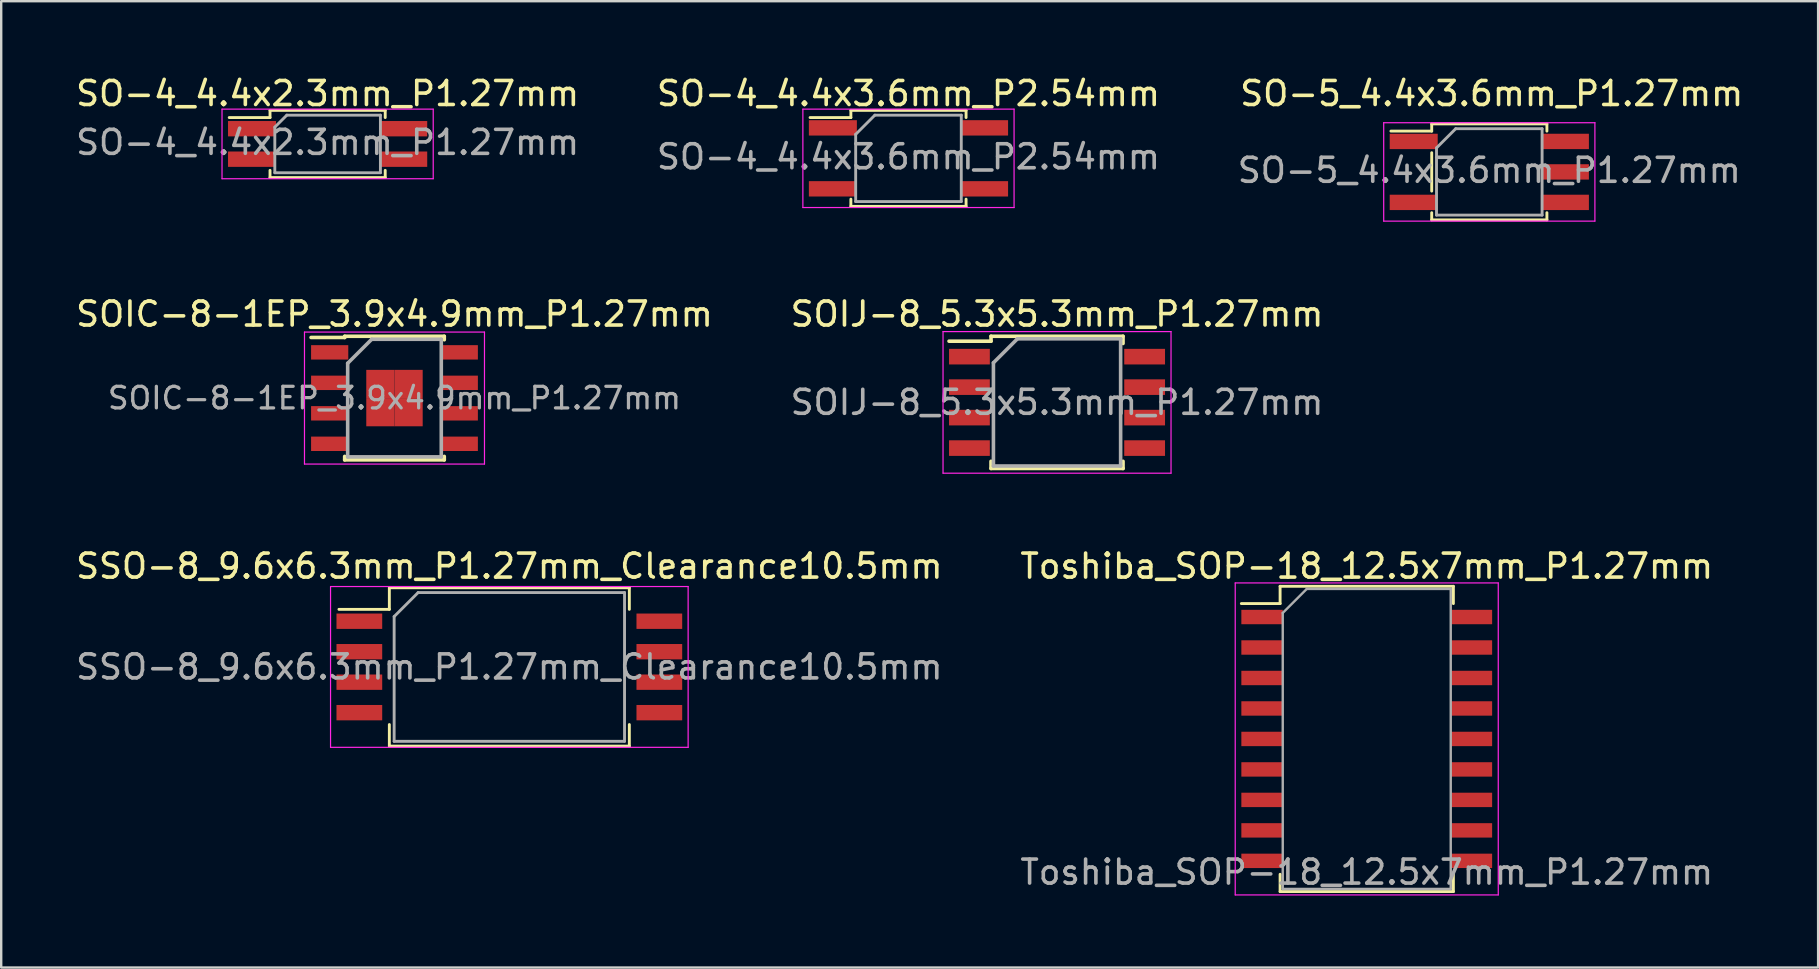
<source format=kicad_pcb>
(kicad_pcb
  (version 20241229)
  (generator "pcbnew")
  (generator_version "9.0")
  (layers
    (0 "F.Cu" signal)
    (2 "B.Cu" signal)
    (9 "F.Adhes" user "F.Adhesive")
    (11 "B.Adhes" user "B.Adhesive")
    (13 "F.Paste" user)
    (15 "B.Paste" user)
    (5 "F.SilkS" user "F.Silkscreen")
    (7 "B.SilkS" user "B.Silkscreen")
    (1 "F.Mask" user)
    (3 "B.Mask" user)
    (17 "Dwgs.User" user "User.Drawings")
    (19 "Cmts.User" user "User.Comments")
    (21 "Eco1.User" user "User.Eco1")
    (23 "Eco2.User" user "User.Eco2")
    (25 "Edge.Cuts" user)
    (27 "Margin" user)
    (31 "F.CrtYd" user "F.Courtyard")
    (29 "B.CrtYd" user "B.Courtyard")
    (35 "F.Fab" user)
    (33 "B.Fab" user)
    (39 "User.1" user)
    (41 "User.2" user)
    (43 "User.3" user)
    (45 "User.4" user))
  (footprint "Toshiba_SOP-18_12.5x7mm_P1.27mm"
    (layer "F.Cu")
    (at 53.899 27.74)
    (property "Reference" "Toshiba_SOP-18_12.5x7mm_P1.27mm" (at 0 -7.2 0) (layer "F.SilkS") (effects (font (size 1 1) (thickness 0.15))))
    (attr smd)
    (fp_line (start -5.225 -5.64) (end -3.61 -5.64) (stroke (width 0.12) (type solid)) (layer "F.SilkS"))
    (fp_line (start -3.61 -6.36) (end 3.61 -6.36) (stroke (width 0.12) (type solid)) (layer "F.SilkS"))
    (fp_line (start -3.61 -5.64) (end -3.61 -6.36) (stroke (width 0.12) (type solid)) (layer "F.SilkS"))
    (fp_line (start -3.61 5.64) (end -3.61 6.36) (stroke (width 0.12) (type solid)) (layer "F.SilkS"))
    (fp_line (start -3.61 6.36) (end 3.61 6.36) (stroke (width 0.12) (type solid)) (layer "F.SilkS"))
    (fp_line (start 3.61 -6.36) (end 3.61 -5.64) (stroke (width 0.12) (type solid)) (layer "F.SilkS"))
    (fp_line (start 3.61 6.36) (end 3.61 5.64) (stroke (width 0.12) (type solid)) (layer "F.SilkS"))
    (fp_line (start -5.48 -6.5) (end 5.48 -6.5) (stroke (width 0.05) (type solid)) (layer "F.CrtYd"))
    (fp_line (start -5.48 6.5) (end -5.48 -6.5) (stroke (width 0.05) (type solid)) (layer "F.CrtYd"))
    (fp_line (start 5.48 -6.5) (end 5.48 6.5) (stroke (width 0.05) (type solid)) (layer "F.CrtYd"))
    (fp_line (start 5.48 6.5) (end -5.48 6.5) (stroke (width 0.05) (type solid)) (layer "F.CrtYd"))
    (fp_line (start -3.5 -5.25) (end -2.5 -6.25) (stroke (width 0.1) (type solid)) (layer "F.Fab"))
    (fp_line (start -3.5 6.25) (end -3.5 -5.25) (stroke (width 0.1) (type solid)) (layer "F.Fab"))
    (fp_line (start -2.5 -6.25) (end 3.5 -6.25) (stroke (width 0.1) (type solid)) (layer "F.Fab"))
    (fp_line (start 3.5 -6.25) (end 3.5 6.25) (stroke (width 0.1) (type solid)) (layer "F.Fab"))
    (fp_line (start 3.5 6.25) (end -3.5 6.25) (stroke (width 0.1) (type solid)) (layer "F.Fab"))
    (fp_text user "${REFERENCE}" (at 0 5.55 0) (layer "F.Fab") (effects (font (size 1 1) (thickness 0.15))))
    (pad "1" smd rect (at -4.362 -5.08) (size 1.725 0.6) (layers "F.Cu" "F.Mask" "F.Paste"))
    (pad "2" smd rect (at -4.362 -3.81) (size 1.725 0.6) (layers "F.Cu" "F.Mask" "F.Paste"))
    (pad "3" smd rect (at -4.362 -2.54) (size 1.725 0.6) (layers "F.Cu" "F.Mask" "F.Paste"))
    (pad "4" smd rect (at -4.362 -1.27) (size 1.725 0.6) (layers "F.Cu" "F.Mask" "F.Paste"))
    (pad "5" smd rect (at -4.362 0) (size 1.725 0.6) (layers "F.Cu" "F.Mask" "F.Paste"))
    (pad "6" smd rect (at -4.362 1.27) (size 1.725 0.6) (layers "F.Cu" "F.Mask" "F.Paste"))
    (pad "7" smd rect (at -4.362 2.54) (size 1.725 0.6) (layers "F.Cu" "F.Mask" "F.Paste"))
    (pad "8" smd rect (at -4.362 3.81) (size 1.725 0.6) (layers "F.Cu" "F.Mask" "F.Paste"))
    (pad "9" smd rect (at -4.362 5.08) (size 1.725 0.6) (layers "F.Cu" "F.Mask" "F.Paste"))
    (pad "10" smd rect (at 4.362 5.08) (size 1.725 0.6) (layers "F.Cu" "F.Mask" "F.Paste"))
    (pad "11" smd rect (at 4.362 3.81) (size 1.725 0.6) (layers "F.Cu" "F.Mask" "F.Paste"))
    (pad "12" smd rect (at 4.362 2.54) (size 1.725 0.6) (layers "F.Cu" "F.Mask" "F.Paste"))
    (pad "13" smd rect (at 4.362 1.27) (size 1.725 0.6) (layers "F.Cu" "F.Mask" "F.Paste"))
    (pad "14" smd rect (at 4.362 0) (size 1.725 0.6) (layers "F.Cu" "F.Mask" "F.Paste"))
    (pad "15" smd rect (at 4.362 -1.27) (size 1.725 0.6) (layers "F.Cu" "F.Mask" "F.Paste"))
    (pad "16" smd rect (at 4.362 -2.54) (size 1.725 0.6) (layers "F.Cu" "F.Mask" "F.Paste"))
    (pad "17" smd rect (at 4.362 -3.81) (size 1.725 0.6) (layers "F.Cu" "F.Mask" "F.Paste"))
    (pad "18" smd rect (at 4.362 -5.08) (size 1.725 0.6) (layers "F.Cu" "F.Mask" "F.Paste")))
  (footprint "SO-5_4.4x3.6mm_P1.27mm"
    (layer "F.Cu")
    (at 59.006 4.113)
    (property "Reference" "SO-5_4.4x3.6mm_P1.27mm" (at 0.1 -3.265 0) (layer "F.SilkS") (effects (font (size 1 1) (thickness 0.15))))
    (attr smd)
    (fp_line (start -2.4 -2) (end 2.4 -2) (stroke (width 0.12) (type solid)) (layer "F.SilkS"))
    (fp_line (start -2.4 -1.7) (end -4.1 -1.7) (stroke (width 0.12) (type solid)) (layer "F.SilkS"))
    (fp_line (start -2.4 -1.7) (end -2.4 -2) (stroke (width 0.12) (type solid)) (layer "F.SilkS"))
    (fp_line (start -2.4 0.8) (end -2.4 -0.8) (stroke (width 0.12) (type solid)) (layer "F.SilkS"))
    (fp_line (start -2.4 2) (end -2.4 1.7) (stroke (width 0.12) (type solid)) (layer "F.SilkS"))
    (fp_line (start 2.4 -2) (end 2.4 -1.7) (stroke (width 0.12) (type solid)) (layer "F.SilkS"))
    (fp_line (start 2.4 1.7) (end 2.4 2) (stroke (width 0.12) (type solid)) (layer "F.SilkS"))
    (fp_line (start 2.4 2) (end -2.4 2) (stroke (width 0.12) (type solid)) (layer "F.SilkS"))
    (fp_line (start -4.4 -2.05) (end -4.4 2.05) (stroke (width 0.05) (type solid)) (layer "F.CrtYd"))
    (fp_line (start -4.4 -2.05) (end 4.4 -2.05) (stroke (width 0.05) (type solid)) (layer "F.CrtYd"))
    (fp_line (start 4.4 2.05) (end -4.4 2.05) (stroke (width 0.05) (type solid)) (layer "F.CrtYd"))
    (fp_line (start 4.4 2.05) (end 4.4 -2.05) (stroke (width 0.05) (type solid)) (layer "F.CrtYd"))
    (fp_line (start -2.2 -1) (end -1.4 -1.8) (stroke (width 0.12) (type solid)) (layer "F.Fab"))
    (fp_line (start -2.2 1.8) (end -2.2 -1) (stroke (width 0.12) (type solid)) (layer "F.Fab"))
    (fp_line (start -1.4 -1.8) (end 2.2 -1.8) (stroke (width 0.12) (type solid)) (layer "F.Fab"))
    (fp_line (start 2.2 -1.8) (end 2.2 1.8) (stroke (width 0.12) (type solid)) (layer "F.Fab"))
    (fp_line (start 2.2 1.8) (end -2.2 1.8) (stroke (width 0.12) (type solid)) (layer "F.Fab"))
    (fp_text user "${REFERENCE}" (at 0 -0.065 0) (layer "F.Fab") (effects (font (size 1 1) (thickness 0.15))))
    (pad "1" smd rect (at -3.15 -1.27) (size 2 0.64) (layers "F.Cu" "F.Mask" "F.Paste"))
    (pad "3" smd rect (at -3.15 1.27) (size 2 0.64) (layers "F.Cu" "F.Mask" "F.Paste"))
    (pad "4" smd rect (at 3.15 1.27) (size 2 0.64) (layers "F.Cu" "F.Mask" "F.Paste"))
    (pad "5" smd rect (at 3.15 0) (size 2 0.64) (layers "F.Cu" "F.Mask" "F.Paste"))
    (pad "6" smd rect (at 3.15 -1.27) (size 2 0.64) (layers "F.Cu" "F.Mask" "F.Paste")))
  (footprint "SO-4_4.4x3.6mm_P2.54mm"
    (layer "F.Cu")
    (at 34.804 3.548)
    (property "Reference" "SO-4_4.4x3.6mm_P2.54mm" (at 0 -2.7 0) (layer "F.SilkS") (effects (font (size 1 1) (thickness 0.15))))
    (attr smd)
    (fp_line (start -2.4 -2) (end 2.4 -2) (stroke (width 0.12) (type solid)) (layer "F.SilkS"))
    (fp_line (start -2.4 -1.7) (end -4.1 -1.7) (stroke (width 0.12) (type solid)) (layer "F.SilkS"))
    (fp_line (start -2.4 -1.7) (end -2.4 -2) (stroke (width 0.12) (type solid)) (layer "F.SilkS"))
    (fp_line (start -2.4 2) (end -2.4 1.7) (stroke (width 0.12) (type solid)) (layer "F.SilkS"))
    (fp_line (start 2.4 -2) (end 2.4 -1.7) (stroke (width 0.12) (type solid)) (layer "F.SilkS"))
    (fp_line (start 2.4 1.7) (end 2.4 2) (stroke (width 0.12) (type solid)) (layer "F.SilkS"))
    (fp_line (start 2.4 2) (end -2.4 2) (stroke (width 0.12) (type solid)) (layer "F.SilkS"))
    (fp_line (start -4.4 -2.05) (end -4.4 2.05) (stroke (width 0.05) (type solid)) (layer "F.CrtYd"))
    (fp_line (start -4.4 -2.05) (end 4.4 -2.05) (stroke (width 0.05) (type solid)) (layer "F.CrtYd"))
    (fp_line (start 4.4 2.05) (end -4.4 2.05) (stroke (width 0.05) (type solid)) (layer "F.CrtYd"))
    (fp_line (start 4.4 2.05) (end 4.4 -2.05) (stroke (width 0.05) (type solid)) (layer "F.CrtYd"))
    (fp_line (start -2.2 -1) (end -1.4 -1.8) (stroke (width 0.12) (type solid)) (layer "F.Fab"))
    (fp_line (start -2.2 1.8) (end -2.2 -1) (stroke (width 0.12) (type solid)) (layer "F.Fab"))
    (fp_line (start -1.4 -1.8) (end 2.2 -1.8) (stroke (width 0.12) (type solid)) (layer "F.Fab"))
    (fp_line (start 2.2 -1.8) (end 2.2 1.8) (stroke (width 0.12) (type solid)) (layer "F.Fab"))
    (fp_line (start 2.2 1.8) (end -2.2 1.8) (stroke (width 0.12) (type solid)) (layer "F.Fab"))
    (fp_text user "${REFERENCE}" (at 0 -0.065 0) (layer "F.Fab") (effects (font (size 1 1) (thickness 0.15))))
    (pad "1" smd rect (at -3.15 -1.27) (size 2 0.64) (layers "F.Cu" "F.Mask" "F.Paste"))
    (pad "2" smd rect (at -3.15 1.27) (size 2 0.64) (layers "F.Cu" "F.Mask" "F.Paste"))
    (pad "3" smd rect (at 3.15 1.27) (size 2 0.64) (layers "F.Cu" "F.Mask" "F.Paste"))
    (pad "4" smd rect (at 3.15 -1.27) (size 2 0.64) (layers "F.Cu" "F.Mask" "F.Paste")))
  (footprint "SSO-8_9.6x6.3mm_P1.27mm_Clearance10.5mm"
    (layer "F.Cu")
    (at 18.173 24.74)
    (property "Reference" "SSO-8_9.6x6.3mm_P1.27mm_Clearance10.5mm" (at 0 -4.2 0) (layer "F.SilkS") (effects (font (size 1 1) (thickness 0.15))))
    (attr smd)
    (fp_line (start -7.1 -2.4) (end -5 -2.4) (stroke (width 0.12) (type solid)) (layer "F.SilkS"))
    (fp_line (start -5 -3.3) (end 5 -3.3) (stroke (width 0.12) (type solid)) (layer "F.SilkS"))
    (fp_line (start -5 -2.4) (end -5 -3.3) (stroke (width 0.12) (type solid)) (layer "F.SilkS"))
    (fp_line (start -5 3.3) (end -5 2.4) (stroke (width 0.12) (type solid)) (layer "F.SilkS"))
    (fp_line (start 5 -3.3) (end 5 -2.4) (stroke (width 0.12) (type solid)) (layer "F.SilkS"))
    (fp_line (start 5 2.4) (end 5 3.3) (stroke (width 0.12) (type solid)) (layer "F.SilkS"))
    (fp_line (start 5 3.3) (end -5 3.3) (stroke (width 0.12) (type solid)) (layer "F.SilkS"))
    (fp_line (start -7.45 -3.35) (end -7.45 3.35) (stroke (width 0.05) (type solid)) (layer "F.CrtYd"))
    (fp_line (start -7.45 -3.35) (end 7.45 -3.35) (stroke (width 0.05) (type solid)) (layer "F.CrtYd"))
    (fp_line (start 7.45 3.35) (end -7.45 3.35) (stroke (width 0.05) (type solid)) (layer "F.CrtYd"))
    (fp_line (start 7.45 3.35) (end 7.45 -3.35) (stroke (width 0.05) (type solid)) (layer "F.CrtYd"))
    (fp_line (start -4.8 -2.1) (end -4.8 3.1) (stroke (width 0.12) (type solid)) (layer "F.Fab"))
    (fp_line (start -4.8 3.1) (end 4.8 3.1) (stroke (width 0.12) (type solid)) (layer "F.Fab"))
    (fp_line (start -3.8 -3.1) (end -4.8 -2.1) (stroke (width 0.12) (type solid)) (layer "F.Fab"))
    (fp_line (start 4.8 -3.1) (end -3.8 -3.1) (stroke (width 0.12) (type solid)) (layer "F.Fab"))
    (fp_line (start 4.8 3.1) (end 4.8 -3.1) (stroke (width 0.12) (type solid)) (layer "F.Fab"))
    (fp_text user "${REFERENCE}" (at 0 0 0) (layer "F.Fab") (effects (font (size 1 1) (thickness 0.15))))
    (pad "1" smd rect (at -6.25 -1.905) (size 1.905 0.64) (layers "F.Cu" "F.Mask" "F.Paste"))
    (pad "2" smd rect (at -6.25 -0.635) (size 1.905 0.64) (layers "F.Cu" "F.Mask" "F.Paste"))
    (pad "3" smd rect (at -6.25 0.635) (size 1.905 0.64) (layers "F.Cu" "F.Mask" "F.Paste"))
    (pad "4" smd rect (at -6.25 1.905) (size 1.905 0.64) (layers "F.Cu" "F.Mask" "F.Paste"))
    (pad "5" smd rect (at 6.25 1.905) (size 1.905 0.64) (layers "F.Cu" "F.Mask" "F.Paste"))
    (pad "6" smd rect (at 6.25 0.635) (size 1.905 0.64) (layers "F.Cu" "F.Mask" "F.Paste"))
    (pad "7" smd rect (at 6.25 -0.635) (size 1.905 0.64) (layers "F.Cu" "F.Mask" "F.Paste"))
    (pad "8" smd rect (at 6.25 -1.905) (size 1.905 0.64) (layers "F.Cu" "F.Mask" "F.Paste")))
  (footprint "SOIJ-8_5.3x5.3mm_P1.27mm"
    (layer "F.Cu")
    (at 40.994 13.716)
    (property "Reference" "SOIJ-8_5.3x5.3mm_P1.27mm" (at 0 -3.68 0) (layer "F.SilkS") (effects (font (size 1 1) (thickness 0.15))))
    (attr smd)
    (fp_line (start -2.75 -2.755) (end -2.75 -2.55) (stroke (width 0.15) (type solid)) (layer "F.SilkS"))
    (fp_line (start -2.75 -2.755) (end 2.75 -2.755) (stroke (width 0.15) (type solid)) (layer "F.SilkS"))
    (fp_line (start -2.75 -2.55) (end -4.5 -2.55) (stroke (width 0.15) (type solid)) (layer "F.SilkS"))
    (fp_line (start -2.75 2.755) (end -2.75 2.455) (stroke (width 0.15) (type solid)) (layer "F.SilkS"))
    (fp_line (start -2.75 2.755) (end 2.75 2.755) (stroke (width 0.15) (type solid)) (layer "F.SilkS"))
    (fp_line (start 2.75 -2.755) (end 2.75 -2.455) (stroke (width 0.15) (type solid)) (layer "F.SilkS"))
    (fp_line (start 2.75 2.755) (end 2.75 2.455) (stroke (width 0.15) (type solid)) (layer "F.SilkS"))
    (fp_line (start -4.75 -2.95) (end -4.75 2.95) (stroke (width 0.05) (type solid)) (layer "F.CrtYd"))
    (fp_line (start -4.75 -2.95) (end 4.75 -2.95) (stroke (width 0.05) (type solid)) (layer "F.CrtYd"))
    (fp_line (start -4.75 2.95) (end 4.75 2.95) (stroke (width 0.05) (type solid)) (layer "F.CrtYd"))
    (fp_line (start 4.75 -2.95) (end 4.75 2.95) (stroke (width 0.05) (type solid)) (layer "F.CrtYd"))
    (fp_line (start -2.65 -1.65) (end -1.65 -2.65) (stroke (width 0.15) (type solid)) (layer "F.Fab"))
    (fp_line (start -2.65 2.65) (end -2.65 -1.65) (stroke (width 0.15) (type solid)) (layer "F.Fab"))
    (fp_line (start -1.65 -2.65) (end 2.65 -2.65) (stroke (width 0.15) (type solid)) (layer "F.Fab"))
    (fp_line (start 2.65 -2.65) (end 2.65 2.65) (stroke (width 0.15) (type solid)) (layer "F.Fab"))
    (fp_line (start 2.65 2.65) (end -2.65 2.65) (stroke (width 0.15) (type solid)) (layer "F.Fab"))
    (fp_text user "${REFERENCE}" (at 0 0 0) (layer "F.Fab") (effects (font (size 1 1) (thickness 0.15))))
    (pad "1" smd rect (at -3.65 -1.905) (size 1.7 0.65) (layers "F.Cu" "F.Mask" "F.Paste"))
    (pad "2" smd rect (at -3.65 -0.635) (size 1.7 0.65) (layers "F.Cu" "F.Mask" "F.Paste"))
    (pad "3" smd rect (at -3.65 0.635) (size 1.7 0.65) (layers "F.Cu" "F.Mask" "F.Paste"))
    (pad "4" smd rect (at -3.65 1.905) (size 1.7 0.65) (layers "F.Cu" "F.Mask" "F.Paste"))
    (pad "5" smd rect (at 3.65 1.905) (size 1.7 0.65) (layers "F.Cu" "F.Mask" "F.Paste"))
    (pad "6" smd rect (at 3.65 0.635) (size 1.7 0.65) (layers "F.Cu" "F.Mask" "F.Paste"))
    (pad "7" smd rect (at 3.65 -0.635) (size 1.7 0.65) (layers "F.Cu" "F.Mask" "F.Paste"))
    (pad "8" smd rect (at 3.65 -1.905) (size 1.7 0.65) (layers "F.Cu" "F.Mask" "F.Paste")))
  (footprint "SOIC-8-1EP_3.9x4.9mm_P1.27mm"
    (layer "F.Cu")
    (at 13.387 13.537)
    (property "Reference" "SOIC-8-1EP_3.9x4.9mm_P1.27mm" (at 0 -3.5 0) (layer "F.SilkS") (effects (font (size 1 1) (thickness 0.15))))
    (attr smd)
    (fp_line (start -2.075 -2.575) (end -2.075 -2.525) (stroke (width 0.15) (type solid)) (layer "F.SilkS"))
    (fp_line (start -2.075 -2.575) (end 2.075 -2.575) (stroke (width 0.15) (type solid)) (layer "F.SilkS"))
    (fp_line (start -2.075 -2.525) (end -3.475 -2.525) (stroke (width 0.15) (type solid)) (layer "F.SilkS"))
    (fp_line (start -2.075 2.575) (end -2.075 2.43) (stroke (width 0.15) (type solid)) (layer "F.SilkS"))
    (fp_line (start -2.075 2.575) (end 2.075 2.575) (stroke (width 0.15) (type solid)) (layer "F.SilkS"))
    (fp_line (start 2.075 -2.575) (end 2.075 -2.43) (stroke (width 0.15) (type solid)) (layer "F.SilkS"))
    (fp_line (start 2.075 2.575) (end 2.075 2.43) (stroke (width 0.15) (type solid)) (layer "F.SilkS"))
    (fp_line (start -3.75 -2.75) (end -3.75 2.75) (stroke (width 0.05) (type solid)) (layer "F.CrtYd"))
    (fp_line (start -3.75 -2.75) (end 3.75 -2.75) (stroke (width 0.05) (type solid)) (layer "F.CrtYd"))
    (fp_line (start -3.75 2.75) (end 3.75 2.75) (stroke (width 0.05) (type solid)) (layer "F.CrtYd"))
    (fp_line (start 3.75 -2.75) (end 3.75 2.75) (stroke (width 0.05) (type solid)) (layer "F.CrtYd"))
    (fp_line (start -1.95 -1.45) (end -0.95 -2.45) (stroke (width 0.15) (type solid)) (layer "F.Fab"))
    (fp_line (start -1.95 2.45) (end -1.95 -1.45) (stroke (width 0.15) (type solid)) (layer "F.Fab"))
    (fp_line (start -0.95 -2.45) (end 1.95 -2.45) (stroke (width 0.15) (type solid)) (layer "F.Fab"))
    (fp_line (start 1.95 -2.45) (end 1.95 2.45) (stroke (width 0.15) (type solid)) (layer "F.Fab"))
    (fp_line (start 1.95 2.45) (end -1.95 2.45) (stroke (width 0.15) (type solid)) (layer "F.Fab"))
    (fp_text user "${REFERENCE}" (at 0 0 0) (layer "F.Fab") (effects (font (size 0.9 0.9) (thickness 0.135))))
    (pad "1" smd rect (at -2.7 -1.905) (size 1.55 0.6) (layers "F.Cu" "F.Mask" "F.Paste"))
    (pad "2" smd rect (at -2.7 -0.635) (size 1.55 0.6) (layers "F.Cu" "F.Mask" "F.Paste"))
    (pad "3" smd rect (at -2.7 0.635) (size 1.55 0.6) (layers "F.Cu" "F.Mask" "F.Paste"))
    (pad "4" smd rect (at -2.7 1.905) (size 1.55 0.6) (layers "F.Cu" "F.Mask" "F.Paste"))
    (pad "5" smd rect (at 2.7 1.905) (size 1.55 0.6) (layers "F.Cu" "F.Mask" "F.Paste"))
    (pad "6" smd rect (at 2.7 0.635) (size 1.55 0.6) (layers "F.Cu" "F.Mask" "F.Paste"))
    (pad "7" smd rect (at 2.7 -0.635) (size 1.55 0.6) (layers "F.Cu" "F.Mask" "F.Paste"))
    (pad "8" smd rect (at 2.7 -1.905) (size 1.55 0.6) (layers "F.Cu" "F.Mask" "F.Paste"))
    (pad "9" smd rect (at -0.588 -0.588) (size 1.175 1.175) (layers "F.Cu" "F.Mask" "F.Paste"))
    (pad "9" smd rect (at -0.588 0.588) (size 1.175 1.175) (layers "F.Cu" "F.Mask" "F.Paste"))
    (pad "9" smd rect (at 0.588 -0.588) (size 1.175 1.175) (layers "F.Cu" "F.Mask" "F.Paste"))
    (pad "9" smd rect (at 0.588 0.588) (size 1.175 1.175) (layers "F.Cu" "F.Mask" "F.Paste")))
  (footprint "SO-4_4.4x2.3mm_P1.27mm"
    (layer "F.Cu")
    (at 10.601 2.948)
    (property "Reference" "SO-4_4.4x2.3mm_P1.27mm" (at 0 -2.1 0) (layer "F.SilkS") (effects (font (size 1 1) (thickness 0.15))))
    (attr smd)
    (fp_line (start -2.4 -1.4) (end 2.4 -1.4) (stroke (width 0.12) (type solid)) (layer "F.SilkS"))
    (fp_line (start -2.4 -1.1) (end -4.1 -1.1) (stroke (width 0.12) (type solid)) (layer "F.SilkS"))
    (fp_line (start -2.4 -1.1) (end -2.4 -1.4) (stroke (width 0.12) (type solid)) (layer "F.SilkS"))
    (fp_line (start -2.4 1.4) (end -2.4 1.1) (stroke (width 0.12) (type solid)) (layer "F.SilkS"))
    (fp_line (start 2.4 -1.4) (end 2.4 -1.1) (stroke (width 0.12) (type solid)) (layer "F.SilkS"))
    (fp_line (start 2.4 1.1) (end 2.4 1.4) (stroke (width 0.12) (type solid)) (layer "F.SilkS"))
    (fp_line (start 2.4 1.4) (end -2.4 1.4) (stroke (width 0.12) (type solid)) (layer "F.SilkS"))
    (fp_line (start -4.4 -1.45) (end -4.4 1.45) (stroke (width 0.05) (type solid)) (layer "F.CrtYd"))
    (fp_line (start -4.4 -1.45) (end 4.4 -1.45) (stroke (width 0.05) (type solid)) (layer "F.CrtYd"))
    (fp_line (start 4.4 1.45) (end -4.4 1.45) (stroke (width 0.05) (type solid)) (layer "F.CrtYd"))
    (fp_line (start 4.4 1.45) (end 4.4 -1.45) (stroke (width 0.05) (type solid)) (layer "F.CrtYd"))
    (fp_line (start -2.2 -0.7) (end -2.2 1.2) (stroke (width 0.12) (type solid)) (layer "F.Fab"))
    (fp_line (start -2.2 1.2) (end 2.2 1.2) (stroke (width 0.12) (type solid)) (layer "F.Fab"))
    (fp_line (start -1.7 -1.2) (end -2.2 -0.7) (stroke (width 0.12) (type solid)) (layer "F.Fab"))
    (fp_line (start 2.2 -1.2) (end -1.7 -1.2) (stroke (width 0.12) (type solid)) (layer "F.Fab"))
    (fp_line (start 2.2 1.2) (end 2.2 -1.2) (stroke (width 0.12) (type solid)) (layer "F.Fab"))
    (fp_text user "${REFERENCE}" (at 0 -0.065 0) (layer "F.Fab") (effects (font (size 1 1) (thickness 0.15))))
    (pad "1" smd rect (at -3.15 -0.635) (size 2 0.64) (layers "F.Cu" "F.Mask" "F.Paste"))
    (pad "2" smd rect (at -3.15 0.635) (size 2 0.64) (layers "F.Cu" "F.Mask" "F.Paste"))
    (pad "3" smd rect (at 3.15 0.635) (size 2 0.64) (layers "F.Cu" "F.Mask" "F.Paste"))
    (pad "4" smd rect (at 3.15 -0.635) (size 2 0.64) (layers "F.Cu" "F.Mask" "F.Paste")))
  (gr_rect
    (start -3 -3)
    (end 72.707 37.265)
    (stroke (width 0.1) (type default))
    (fill no)
    (layer "Edge.Cuts")))
</source>
